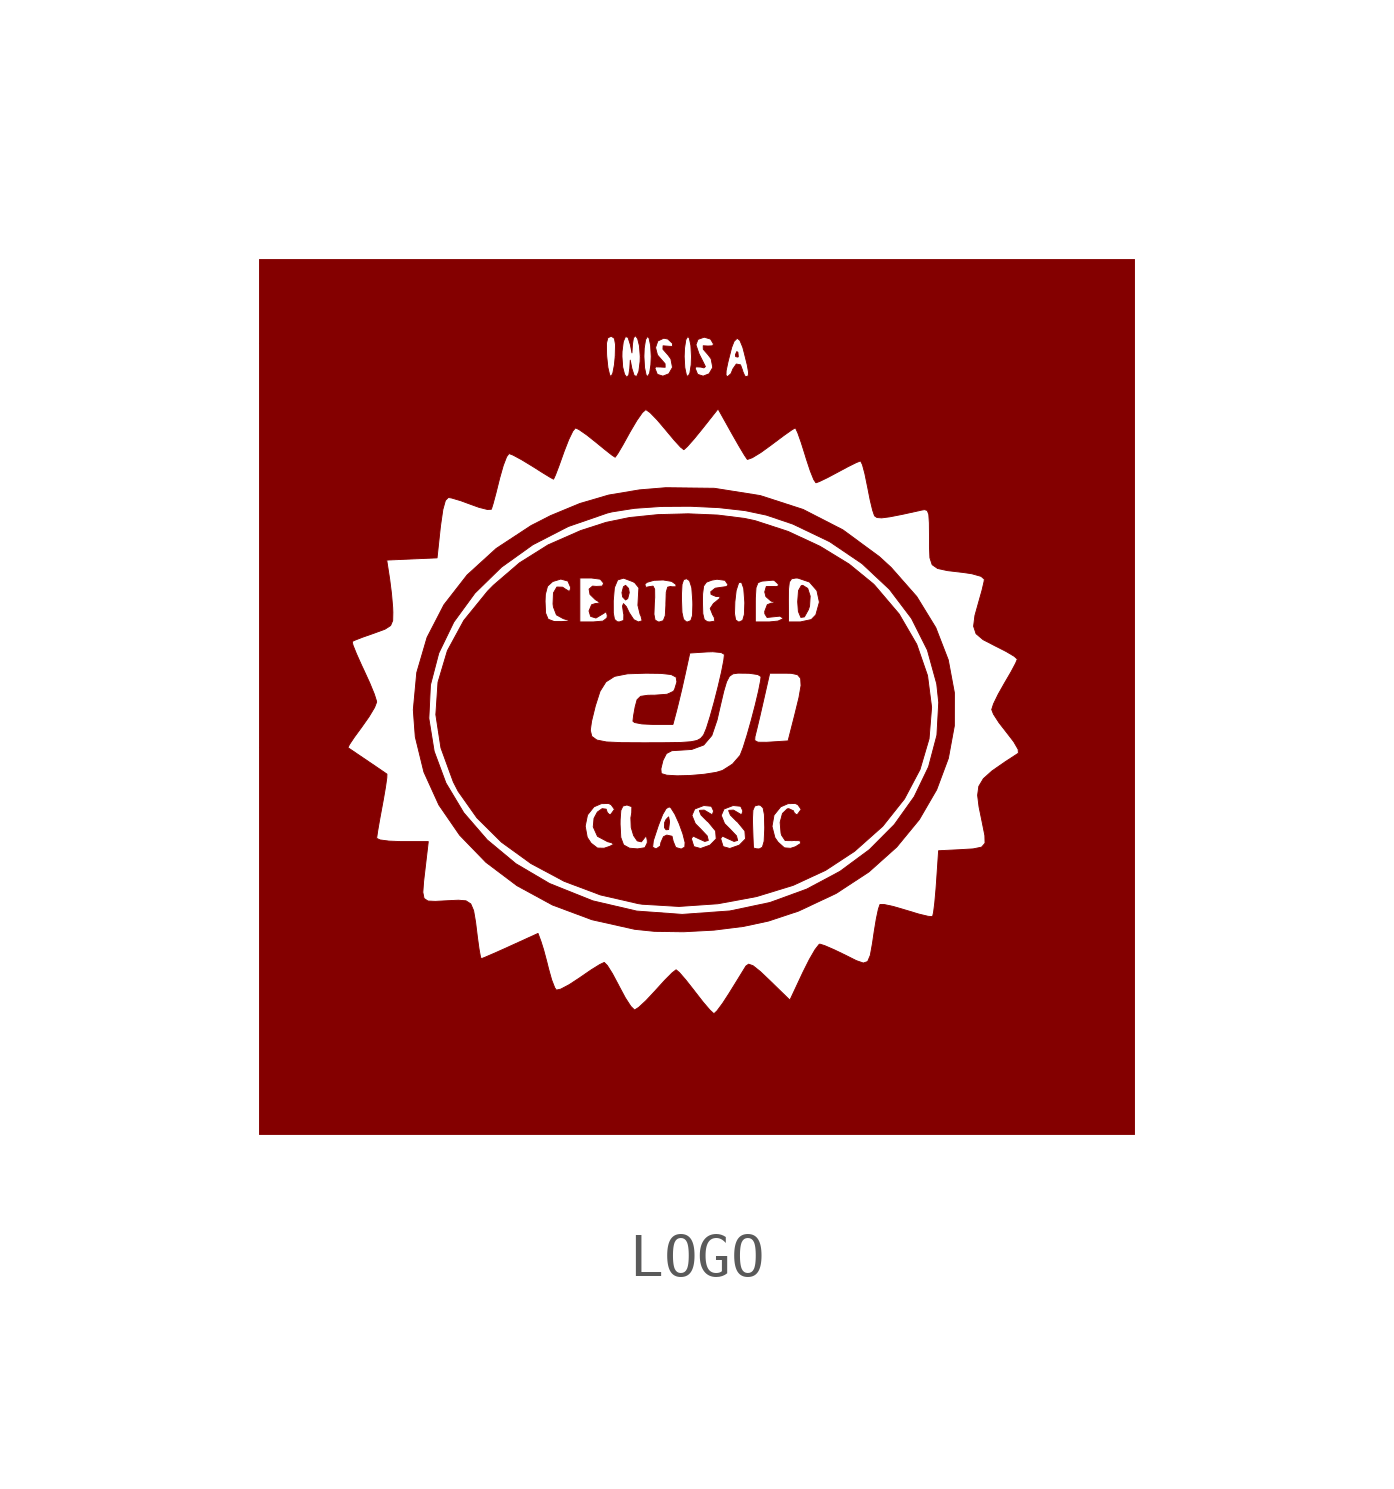
<source format=kicad_sym>
(kicad_symbol_lib
  (version 20220914)
  (generator "bitmap2component")
  (generator_version "8.0")
  (symbol "LOGO"
    (pin_names
      (offset 1.016))
    (property "Reference" "#G"
      (at 0 9.44 0)
      (effects (font (size 1.27 1.27)) hide))
    (symbol "LOGO_0_0"
      (polyline (pts (xy 10.16 -0.042) (xy 10.16 10.075) (xy 0.042 10.075) (xy -10.075 10.075) (xy -10.075 8.135) (xy -2.052 8.135) (xy -2.02 8.263) (xy -1.947 8.298) (xy -1.934 8.297) (xy -1.867 8.251) (xy -1.842 8.108) (xy -1.849 7.832) (xy -1.849 7.832) (xy -1.693 7.832) (xy -1.691 7.947) (xy -1.662 8.176) (xy -1.612 8.292) (xy -1.553 8.275) (xy -1.499 8.107) (xy -1.462 7.916) (xy -1.451 8.107) (xy -1.428 8.259) (xy -1.382 8.314) (xy -1.33 8.245) (xy -1.288 8.076) (xy -1.27 7.832) (xy -1.185 7.832) (xy -1.178 8.023) (xy -1.147 8.221) (xy -1.101 8.297) (xy -1.066 8.256) (xy -1.03 8.087) (xy -1.016 7.832) (xy -1.024 7.64) (xy -1.036 7.559) (xy -0.931 7.559) (xy -0.913 7.592) (xy -0.804 7.589) (xy -0.803 7.589) (xy -0.694 7.583) (xy -0.696 7.664) (xy -0.808 7.793) (xy -0.872 7.867) (xy -0.916 8.038) (xy -0.864 8.19) (xy -0.727 8.255) (xy -0.632 8.236) (xy -0.525 8.136) (xy -0.522 8.064) (xy -0.624 8.069) (xy -0.625 8.07) (xy -0.742 8.079) (xy -0.745 8) (xy -0.631 7.871) (xy -0.602 7.832) (xy -0.254 7.832) (xy -0.246 8.023) (xy -0.216 8.221) (xy -0.169 8.297) (xy -0.135 8.256) (xy -0.099 8.087) (xy -0.085 7.832) (xy -0.092 7.64) (xy -0.105 7.559) (xy 0 7.559) (xy 0.021 7.593) (xy 0.134 7.587) (xy 0.202 7.569) (xy 0.237 7.599) (xy 0.181 7.712) (xy 0.088 7.897) (xy 0.086 7.902) (xy 0.018 8.102) (xy 0.064 8.226) (xy 0.068 8.229) (xy 0.209 8.279) (xy 0.356 8.235) (xy 0.423 8.122) (xy 0.405 8.079) (xy 0.296 8.074) (xy 0.295 8.074) (xy 0.186 8.08) (xy 0.188 7.999) (xy 0.3 7.871) (xy 0.369 7.779) (xy 0.406 7.586) (xy 0.405 7.575) (xy 0.322 7.432) (xy 0.235 7.398) (xy 0.713 7.398) (xy 0.716 7.501) (xy 0.759 7.706) (xy 0.845 8.043) (xy 0.9 8.183) (xy 0.974 8.255) (xy 1.036 8.202) (xy 1.102 8.043) (xy 1.132 7.928) (xy 1.205 7.636) (xy 1.235 7.465) (xy 1.228 7.386) (xy 1.187 7.366) (xy 1.149 7.379) (xy 1.101 7.488) (xy 1.1 7.502) (xy 1.049 7.639) (xy 0.952 7.658) (xy 0.873 7.544) (xy 0.83 7.437) (xy 0.75 7.366) (xy 0.744 7.366) (xy 0.713 7.398) (xy 0.235 7.398) (xy 0.185 7.378) (xy 0.057 7.419) (xy 0 7.559) (xy -0.105 7.559) (xy -0.123 7.443) (xy -0.169 7.366) (xy -0.204 7.407) (xy -0.24 7.577) (xy -0.254 7.832) (xy -0.602 7.832) (xy -0.562 7.779) (xy -0.525 7.586) (xy -0.527 7.575) (xy -0.609 7.432) (xy -0.746 7.378) (xy -0.875 7.419) (xy -0.931 7.559) (xy -1.036 7.559) (xy -1.054 7.443) (xy -1.101 7.366) (xy -1.135 7.407) (xy -1.171 7.577) (xy -1.185 7.832) (xy -1.27 7.832) (xy -1.273 7.717) (xy -1.302 7.487) (xy -1.351 7.372) (xy -1.41 7.389) (xy -1.464 7.556) (xy -1.501 7.747) (xy -1.512 7.556) (xy -1.535 7.404) (xy -1.581 7.35) (xy -1.633 7.419) (xy -1.676 7.587) (xy -1.693 7.832) (xy -1.849 7.832) (xy -1.867 7.64) (xy -1.905 7.443) (xy -1.947 7.366) (xy -1.978 7.407) (xy -2.018 7.577) (xy -2.045 7.832) (xy -2.048 7.88) (xy -2.052 8.135) (xy -10.075 8.135) (xy -10.075 -0.042) (xy -10.075 -1.214) (xy -8.03 -1.214) (xy -7.995 -1.141) (xy -7.881 -0.971) (xy -7.712 -0.74) (xy -7.541 -0.497) (xy -7.414 -0.285) (xy -7.366 -0.159) (xy -7.369 -0.138) (xy -7.42 0.024) (xy -7.525 0.28) (xy -7.665 0.586) (xy -7.71 0.681) (xy -7.833 0.956) (xy -7.913 1.155) (xy -7.932 1.24) (xy -7.876 1.268) (xy -7.697 1.338) (xy -7.443 1.427) (xy -7.42 1.435) (xy -7.171 1.527) (xy -7.043 1.61) (xy -6.995 1.725) (xy -6.991 1.914) (xy -6.995 2.026) (xy -7.023 2.352) (xy -7.065 2.684) (xy -7.133 3.124) (xy -6.551 3.15) (xy -5.969 3.175) (xy -5.894 3.873) (xy -5.888 3.924) (xy -5.835 4.292) (xy -5.776 4.504) (xy -5.707 4.572) (xy -5.635 4.56) (xy -5.431 4.5) (xy -5.171 4.405) (xy -5.001 4.344) (xy -4.804 4.294) (xy -4.714 4.299) (xy -4.711 4.305) (xy -4.672 4.431) (xy -4.608 4.669) (xy -4.532 4.974) (xy -4.519 5.026) (xy -4.438 5.311) (xy -4.361 5.512) (xy -4.305 5.588) (xy -4.21 5.551) (xy -4.012 5.444) (xy -3.762 5.292) (xy -3.533 5.147) (xy -3.353 5.037) (xy -3.276 4.995) (xy -3.274 4.997) (xy -3.23 5.093) (xy -3.15 5.303) (xy -3.048 5.588) (xy -3.032 5.634) (xy -2.924 5.911) (xy -2.829 6.107) (xy -2.767 6.181) (xy -2.686 6.142) (xy -2.51 6.02) (xy -2.286 5.842) (xy -2.093 5.684) (xy -1.927 5.553) (xy -1.851 5.503) (xy -1.848 5.505) (xy -1.786 5.593) (xy -1.671 5.788) (xy -1.524 6.054) (xy -1.503 6.092) (xy -1.35 6.351) (xy -1.221 6.535) (xy -1.142 6.604) (xy -1.14 6.604) (xy -1.044 6.536) (xy -0.881 6.369) (xy -0.685 6.138) (xy -0.672 6.122) (xy -0.483 5.896) (xy -0.337 5.736) (xy -0.263 5.677) (xy -0.26 5.678) (xy -0.181 5.75) (xy -0.031 5.919) (xy 0.159 6.152) (xy 0.53 6.621) (xy 0.84 6.066) (xy 0.863 6.025) (xy 1.017 5.756) (xy 1.139 5.552) (xy 1.204 5.456) (xy 1.212 5.452) (xy 1.321 5.491) (xy 1.518 5.611) (xy 1.766 5.791) (xy 1.812 5.826) (xy 2.053 6.006) (xy 2.233 6.133) (xy 2.315 6.181) (xy 2.322 6.176) (xy 2.373 6.067) (xy 2.452 5.844) (xy 2.546 5.546) (xy 2.569 5.469) (xy 2.663 5.185) (xy 2.743 4.986) (xy 2.793 4.911) (xy 2.871 4.939) (xy 3.06 5.03) (xy 3.31 5.163) (xy 3.526 5.279) (xy 3.725 5.378) (xy 3.824 5.417) (xy 3.826 5.417) (xy 3.869 5.33) (xy 3.925 5.121) (xy 3.984 4.832) (xy 3.986 4.824) (xy 4.046 4.519) (xy 4.104 4.277) (xy 4.147 4.151) (xy 4.152 4.144) (xy 4.205 4.108) (xy 4.312 4.1) (xy 4.499 4.124) (xy 4.795 4.182) (xy 5.228 4.278) (xy 5.303 4.291) (xy 5.368 4.271) (xy 5.403 4.179) (xy 5.416 3.982) (xy 5.419 3.648) (xy 5.418 3.44) (xy 5.429 3.176) (xy 5.481 3.017) (xy 5.607 2.929) (xy 5.836 2.88) (xy 6.202 2.837) (xy 6.398 2.808) (xy 6.61 2.748) (xy 6.688 2.682) (xy 6.68 2.622) (xy 6.634 2.425) (xy 6.561 2.167) (xy 6.47 1.842) (xy 6.439 1.593) (xy 6.496 1.421) (xy 6.659 1.283) (xy 6.943 1.136) (xy 7.195 1.008) (xy 7.38 0.898) (xy 7.451 0.833) (xy 7.41 0.735) (xy 7.304 0.536) (xy 7.154 0.279) (xy 7.009 0.022) (xy 6.9 -0.202) (xy 6.858 -0.333) (xy 6.899 -0.439) (xy 7.026 -0.636) (xy 7.209 -0.871) (xy 7.367 -1.076) (xy 7.47 -1.254) (xy 7.475 -1.342) (xy 7.176 -1.536) (xy 6.864 -1.753) (xy 6.665 -1.932) (xy 6.56 -2.108) (xy 6.532 -2.314) (xy 6.565 -2.583) (xy 6.64 -2.948) (xy 6.641 -2.953) (xy 6.7 -3.247) (xy 6.704 -3.423) (xy 6.623 -3.515) (xy 6.43 -3.555) (xy 6.096 -3.575) (xy 5.63 -3.598) (xy 5.58 -4.34) (xy 5.569 -4.489) (xy 5.541 -4.801) (xy 5.513 -5.025) (xy 5.49 -5.121) (xy 5.489 -5.122) (xy 5.387 -5.114) (xy 5.171 -5.062) (xy 4.887 -4.976) (xy 4.869 -4.971) (xy 4.586 -4.888) (xy 4.373 -4.842) (xy 4.274 -4.842) (xy 4.273 -4.843) (xy 4.237 -4.949) (xy 4.189 -5.175) (xy 4.14 -5.472) (xy 4.101 -5.737) (xy 4.051 -6.015) (xy 3.989 -6.161) (xy 3.889 -6.195) (xy 3.727 -6.139) (xy 3.476 -6.013) (xy 3.214 -5.887) (xy 2.997 -5.793) (xy 2.883 -5.757) (xy 2.864 -5.767) (xy 2.772 -5.886) (xy 2.642 -6.11) (xy 2.494 -6.405) (xy 2.191 -7.053) (xy 1.722 -6.596) (xy 1.506 -6.391) (xy 1.338 -6.257) (xy 1.236 -6.221) (xy 1.174 -6.265) (xy 1.099 -6.387) (xy 0.961 -6.611) (xy 0.795 -6.879) (xy 0.795 -6.88) (xy 0.636 -7.125) (xy 0.507 -7.299) (xy 0.436 -7.366) (xy 0.43 -7.364) (xy 0.342 -7.283) (xy 0.188 -7.104) (xy -0.002 -6.86) (xy -0.033 -6.819) (xy -0.219 -6.583) (xy -0.364 -6.416) (xy -0.439 -6.352) (xy -0.444 -6.353) (xy -0.535 -6.424) (xy -0.699 -6.589) (xy -0.905 -6.815) (xy -0.928 -6.841) (xy -1.136 -7.063) (xy -1.305 -7.22) (xy -1.4 -7.28) (xy -1.405 -7.279) (xy -1.489 -7.195) (xy -1.615 -7) (xy -1.759 -6.731) (xy -1.775 -6.699) (xy -1.915 -6.437) (xy -2.032 -6.251) (xy -2.102 -6.181) (xy -2.103 -6.181) (xy -2.207 -6.23) (xy -2.405 -6.353) (xy -2.654 -6.524) (xy -2.666 -6.533) (xy -2.913 -6.695) (xy -3.108 -6.798) (xy -3.209 -6.821) (xy -3.247 -6.768) (xy -3.318 -6.586) (xy -3.39 -6.329) (xy -3.431 -6.164) (xy -3.505 -5.887) (xy -3.565 -5.697) (xy -3.634 -5.51) (xy -4.277 -5.803) (xy -4.384 -5.852) (xy -4.663 -5.976) (xy -4.864 -6.063) (xy -4.948 -6.096) (xy -4.966 -6.047) (xy -4.998 -5.87) (xy -5.034 -5.609) (xy -5.078 -5.249) (xy -5.124 -4.981) (xy -5.19 -4.827) (xy -5.3 -4.756) (xy -5.478 -4.742) (xy -5.747 -4.755) (xy -6.011 -4.769) (xy -6.18 -4.761) (xy -6.27 -4.701) (xy -6.298 -4.559) (xy -6.28 -4.308) (xy -6.234 -3.916) (xy -6.172 -3.387) (xy -6.769 -3.387) (xy -6.796 -3.387) (xy -7.084 -3.375) (xy -7.288 -3.348) (xy -7.366 -3.311) (xy -7.364 -3.291) (xy -7.341 -3.134) (xy -7.295 -2.869) (xy -7.234 -2.54) (xy -7.212 -2.421) (xy -7.161 -2.123) (xy -7.131 -1.911) (xy -7.128 -1.826) (xy -7.193 -1.781) (xy -7.36 -1.667) (xy -7.574 -1.522) (xy -7.788 -1.377) (xy -7.955 -1.264) (xy -8.03 -1.214) (xy -8.03 -1.214) (xy -10.075 -1.214) (xy -10.075 -10.16) (xy 0.042 -10.16) (xy 10.16 -10.16) (xy 10.16 -0.042)) (stroke (width 0.01) (type default)) (fill (type outline)))
      (polyline (pts (xy 0.434 -5.434) (xy 1.113 -5.349) (xy 1.699 -5.223) (xy 2.392 -4.993) (xy 3.26 -4.585) (xy 4.018 -4.088) (xy 4.661 -3.513) (xy 5.185 -2.875) (xy 5.585 -2.186) (xy 5.856 -1.459) (xy 5.994 -0.708) (xy 5.995 0.055) (xy 5.853 0.816) (xy 5.565 1.561) (xy 5.125 2.279) (xy 4.53 2.955) (xy 4.258 3.204) (xy 3.416 3.823) (xy 2.496 4.295) (xy 1.504 4.616) (xy 0.444 4.784) (xy -0.677 4.798) (xy -1.29 4.747) (xy -2 4.628) (xy -2.663 4.434) (xy -3.344 4.152) (xy -3.794 3.922) (xy -4.6 3.393) (xy -5.274 2.779) (xy -5.81 2.09) (xy -6.2 1.335) (xy -6.438 0.523) (xy -6.518 -0.337) (xy -6.504 -0.538) (xy -6.159 -0.538) (xy -6.122 0.236) (xy -5.93 0.971) (xy -5.581 1.692) (xy -5.093 2.36) (xy -4.479 2.96) (xy -3.755 3.478) (xy -2.935 3.9) (xy -2.032 4.212) (xy -1.922 4.239) (xy -1.402 4.321) (xy -0.783 4.364) (xy -0.117 4.369) (xy 0.545 4.337) (xy 1.15 4.269) (xy 1.646 4.164) (xy 2.263 3.955) (xy 3.112 3.548) (xy 3.86 3.041) (xy 4.495 2.446) (xy 5.003 1.775) (xy 5.371 1.042) (xy 5.587 0.26) (xy 5.633 -0.169) (xy 5.591 -0.925) (xy 5.398 -1.656) (xy 5.065 -2.349) (xy 4.606 -2.992) (xy 4.03 -3.571) (xy 3.351 -4.073) (xy 2.58 -4.485) (xy 1.729 -4.795) (xy 0.809 -4.989) (xy 0.806 -4.99) (xy -0.3 -5.07) (xy -1.354 -4.993) (xy -2.369 -4.756) (xy -3.362 -4.358) (xy -3.373 -4.353) (xy -4.147 -3.897) (xy -4.809 -3.347) (xy -5.351 -2.72) (xy -5.764 -2.032) (xy -6.036 -1.299) (xy -6.159 -0.538) (xy -6.504 -0.538) (xy -6.472 -0.966) (xy -6.273 -1.778) (xy -5.927 -2.539) (xy -5.446 -3.238) (xy -4.84 -3.864) (xy -4.121 -4.406) (xy -3.3 -4.853) (xy -2.388 -5.193) (xy -1.397 -5.415) (xy -0.94 -5.462) (xy -0.273 -5.472) (xy 0.434 -5.434)) (stroke (width 0.01) (type default)) (fill (type outline)))
      (polyline (pts (xy 0.998 7.83) (xy 0.988 7.931) (xy 0.962 7.944) (xy 0.931 7.874) (xy 0.937 7.829) (xy 0.988 7.818) (xy 0.998 7.83)) (stroke (width 0.01) (type default)) (fill (type outline)))
      (polyline (pts (xy 0.525 -4.824) (xy 1.423 -4.657) (xy 2.272 -4.396) (xy 3.02 -4.049) (xy 3.688 -3.61) (xy 4.337 -3.033) (xy 4.841 -2.398) (xy 5.2 -1.719) (xy 5.409 -1.009) (xy 5.468 -0.281) (xy 5.374 0.452) (xy 5.124 1.176) (xy 4.716 1.878) (xy 4.149 2.545) (xy 4.113 2.58) (xy 3.558 3.033) (xy 2.887 3.443) (xy 2.15 3.786) (xy 1.397 4.032) (xy 1.139 4.088) (xy 0.523 4.165) (xy -0.163 4.194) (xy -0.862 4.175) (xy -1.514 4.109) (xy -2.061 3.996) (xy -2.644 3.808) (xy -3.4 3.476) (xy -4.061 3.061) (xy -4.667 2.54) (xy -4.799 2.406) (xy -4.99 2.17) (xy -3.471 2.17) (xy -3.465 2.328) (xy -3.415 2.519) (xy -3.295 2.628) (xy -3.107 2.685) (xy -2.943 2.639) (xy -2.879 2.49) (xy -2.879 2.469) (xy -2.907 2.396) (xy -3.009 2.458) (xy -3.066 2.497) (xy -3.198 2.501) (xy -3.277 2.365) (xy -3.287 2.11) (xy -3.278 2.04) (xy -3.208 1.857) (xy -3.048 1.769) (xy -2.919 1.73) (xy -2.928 1.711) (xy -3.097 1.702) (xy -3.264 1.704) (xy -3.4 1.756) (xy -3.459 1.898) (xy -3.471 2.17) (xy -4.99 2.17) (xy -5.347 1.731) (xy -5.368 1.694) (xy -2.667 1.694) (xy -2.667 2.202) (xy -2.667 2.709) (xy -2.392 2.709) (xy -2.194 2.682) (xy -2.117 2.59) (xy -2.145 2.522) (xy -2.286 2.515) (xy -2.373 2.522) (xy -2.453 2.453) (xy -2.432 2.33) (xy -2.307 2.208) (xy -2.26 2.18) (xy -1.894 2.18) (xy -1.868 2.486) (xy -1.793 2.665) (xy -1.655 2.706) (xy -1.438 2.624) (xy -1.397 2.6) (xy -1.365 2.561) (xy -1.164 2.561) (xy -1.119 2.608) (xy -0.954 2.656) (xy -0.739 2.664) (xy -0.545 2.632) (xy -0.445 2.561) (xy -0.444 2.505) (xy -0.543 2.507) (xy -0.567 2.514) (xy -0.636 2.498) (xy -0.669 2.38) (xy -0.671 2.321) (xy -0.317 2.321) (xy -0.304 2.561) (xy -0.266 2.674) (xy -0.195 2.693) (xy -0.13 2.646) (xy -0.078 2.484) (xy -0.056 2.18) (xy -0.055 2.15) (xy 0.169 2.15) (xy 0.172 2.34) (xy 0.195 2.522) (xy 0.26 2.613) (xy 0.385 2.66) (xy 0.505 2.681) (xy 0.691 2.656) (xy 0.762 2.55) (xy 0.724 2.511) (xy 0.58 2.491) (xy 0.465 2.474) (xy 0.361 2.392) (xy 0.367 2.331) (xy 0.48 2.283) (xy 0.557 2.279) (xy 0.58 2.248) (xy 0.468 2.154) (xy 0.423 2.119) (xy 0.348 2.005) (xy 0.396 1.885) (xy 0.91 1.885) (xy 0.918 2.159) (xy 0.948 2.42) (xy 1.006 2.599) (xy 1.071 2.615) (xy 1.123 2.469) (xy 1.147 2.159) (xy 1.391 2.159) (xy 1.392 2.253) (xy 1.407 2.486) (xy 1.453 2.601) (xy 1.542 2.637) (xy 1.624 2.644) (xy 1.792 2.659) (xy 1.827 2.656) (xy 1.924 2.568) (xy 1.913 2.512) (xy 1.783 2.514) (xy 1.782 2.514) (xy 1.645 2.513) (xy 1.609 2.387) (xy 1.636 2.28) (xy 1.726 2.201) (xy 2.156 2.201) (xy 2.158 2.44) (xy 2.178 2.615) (xy 2.23 2.692) (xy 2.328 2.709) (xy 2.375 2.708) (xy 2.643 2.617) (xy 2.816 2.418) (xy 2.873 2.152) (xy 2.791 1.857) (xy 2.685 1.748) (xy 2.431 1.693) (xy 2.159 1.694) (xy 2.156 2.201) (xy 1.726 2.201) (xy 1.757 2.175) (xy 1.801 2.163) (xy 1.861 2.138) (xy 1.757 2.127) (xy 1.668 2.092) (xy 1.609 1.938) (xy 1.611 1.882) (xy 1.663 1.797) (xy 1.82 1.813) (xy 1.962 1.828) (xy 2.032 1.78) (xy 2.026 1.764) (xy 1.917 1.714) (xy 1.712 1.693) (xy 1.391 1.693) (xy 1.391 2.159) (xy 1.147 2.159) (xy 1.147 2.159) (xy 1.148 2.129) (xy 1.138 1.864) (xy 1.099 1.73) (xy 1.02 1.693) (xy 1 1.694) (xy 0.935 1.742) (xy 0.91 1.885) (xy 0.396 1.885) (xy 0.405 1.861) (xy 0.44 1.801) (xy 0.455 1.712) (xy 0.339 1.693) (xy 0.283 1.698) (xy 0.21 1.747) (xy 0.177 1.884) (xy 0.169 2.15) (xy -0.055 2.15) (xy -0.054 2.086) (xy -0.061 1.844) (xy -0.1 1.725) (xy -0.177 1.693) (xy -0.205 1.696) (xy -0.27 1.754) (xy -0.305 1.913) (xy -0.316 2.206) (xy -0.317 2.321) (xy -0.671 2.321) (xy -0.677 2.126) (xy -0.677 2.078) (xy -0.691 1.838) (xy -0.736 1.723) (xy -0.826 1.693) (xy -0.857 1.695) (xy -0.928 1.738) (xy -0.953 1.87) (xy -0.944 2.129) (xy -0.935 2.261) (xy -0.937 2.451) (xy -0.974 2.522) (xy -1.056 2.51) (xy -1.142 2.493) (xy -1.164 2.561) (xy -1.365 2.561) (xy -1.301 2.482) (xy -1.313 2.285) (xy -1.324 2.079) (xy -1.273 1.868) (xy -1.254 1.832) (xy -1.226 1.721) (xy -1.312 1.693) (xy -1.42 1.747) (xy -1.524 1.905) (xy -1.592 2.047) (xy -1.658 2.117) (xy -1.68 2.062) (xy -1.659 1.905) (xy -1.649 1.864) (xy -1.652 1.729) (xy -1.755 1.693) (xy -1.802 1.698) (xy -1.866 1.754) (xy -1.893 1.901) (xy -1.894 2.18) (xy -2.26 2.18) (xy -2.249 2.174) (xy -2.204 2.129) (xy -2.307 2.119) (xy -2.395 2.091) (xy -2.455 1.947) (xy -2.417 1.822) (xy -2.295 1.784) (xy -2.134 1.88) (xy -2.055 1.931) (xy -2.032 1.837) (xy -2.041 1.783) (xy -2.131 1.713) (xy -2.349 1.694) (xy -2.667 1.694) (xy -5.368 1.694) (xy -5.73 1.028) (xy -5.947 0.299) (xy -5.997 -0.451) (xy -5.942 -0.812) (xy -2.425 -0.812) (xy -2.396 -0.603) (xy -2.324 -0.31) (xy -2.309 -0.248) (xy -2.201 0.088) (xy -2.064 0.307) (xy -1.864 0.435) (xy -1.565 0.494) (xy -1.134 0.508) (xy -0.79 0.503) (xy -0.554 0.477) (xy -0.44 0.417) (xy -0.422 0.307) (xy -0.475 0.134) (xy -0.503 0.088) (xy -0.649 0.021) (xy -0.93 0) (xy -1.091 -0.002) (xy -1.261 -0.027) (xy -1.343 -0.105) (xy -1.386 -0.265) (xy -1.387 -0.267) (xy -1.424 -0.474) (xy -1.439 -0.603) (xy -1.399 -0.633) (xy -1.231 -0.665) (xy -0.977 -0.677) (xy -0.514 -0.677) (xy -0.43 -0.36) (xy -0.389 -0.196) (xy -0.311 0.128) (xy -0.235 0.466) (xy -0.124 0.974) (xy 0.277 1) (xy 0.408 1.004) (xy 0.602 0.986) (xy 0.677 0.942) (xy 0.662 0.807) (xy 0.61 0.539) (xy 0.531 0.201) (xy 0.439 -0.16) (xy 0.345 -0.497) (xy 0.262 -0.763) (xy 0.201 -0.91) (xy 0.185 -0.935) (xy 0.127 -1.002) (xy 0.043 -1.048) (xy -0.097 -1.077) (xy -0.322 -1.093) (xy -0.658 -1.099) (xy -1.136 -1.101) (xy -1.214 -1.101) (xy -1.706 -1.098) (xy -2.053 -1.082) (xy -2.274 -1.038) (xy -2.391 -0.953) (xy -2.425 -0.812) (xy -5.942 -0.812) (xy -5.879 -1.22) (xy -5.703 -1.704) (xy -0.793 -1.704) (xy -0.747 -1.517) (xy -0.741 -1.5) (xy -0.664 -1.35) (xy -0.539 -1.284) (xy -0.307 -1.27) (xy -0.079 -1.255) (xy 0.199 -1.152) (xy 0.385 -0.933) (xy 0.507 -0.573) (xy 0.581 -0.249) (xy 0.661 0.091) (xy 0.726 0.31) (xy 0.792 0.436) (xy 0.874 0.493) (xy 0.987 0.509) (xy 1.146 0.508) (xy 1.257 0.505) (xy 1.448 0.477) (xy 1.524 0.43) (xy 1.514 0.34) (xy 1.466 0.097) (xy 1.389 -0.229) (xy 1.295 -0.588) (xy 1.198 -0.931) (xy 1.161 -1.048) (xy 1.377 -1.048) (xy 1.383 -0.957) (xy 1.388 -0.94) (xy 1.432 -0.761) (xy 1.499 -0.48) (xy 1.575 -0.148) (xy 1.724 0.508) (xy 2.09 0.508) (xy 2.224 0.505) (xy 2.367 0.474) (xy 2.44 0.389) (xy 2.449 0.222) (xy 2.401 -0.054) (xy 2.3 -0.466) (xy 2.149 -1.058) (xy 1.745 -1.084) (xy 1.645 -1.09) (xy 1.452 -1.088) (xy 1.377 -1.048) (xy 1.161 -1.048) (xy 1.11 -1.212) (xy 1.045 -1.38) (xy 1.038 -1.394) (xy 0.865 -1.593) (xy 0.632 -1.742) (xy 0.477 -1.787) (xy 0.203 -1.83) (xy -0.112 -1.857) (xy -0.416 -1.865) (xy -0.657 -1.851) (xy -0.783 -1.813) (xy -0.784 -1.812) (xy -0.793 -1.704) (xy -5.703 -1.704) (xy -5.593 -2.005) (xy -5.481 -2.223) (xy -5.047 -2.837) (xy -4.853 -3.029) (xy -2.543 -3.029) (xy -2.49 -2.77) (xy -2.34 -2.582) (xy -2.171 -2.509) (xy -2.002 -2.505) (xy -1.943 -2.533) (xy -1.866 -2.64) (xy -1.947 -2.752) (xy -1.98 -2.765) (xy -2.032 -2.714) (xy -2.058 -2.636) (xy -2.151 -2.625) (xy -2.262 -2.704) (xy -2.339 -2.849) (xy -2.351 -2.984) (xy -1.736 -2.984) (xy -1.735 -2.883) (xy -1.719 -2.666) (xy -1.671 -2.565) (xy -1.578 -2.54) (xy -1.577 -2.54) (xy -1.464 -2.579) (xy -1.467 -2.722) (xy -1.487 -2.837) (xy -1.479 -3.059) (xy -1.423 -3.247) (xy -1.339 -3.37) (xy -1.244 -3.392) (xy -1.157 -3.281) (xy -1.127 -3.259) (xy -1.107 -3.365) (xy -1.108 -3.418) (xy -1.156 -3.516) (xy -0.984 -3.516) (xy -0.967 -3.365) (xy -0.851 -3.013) (xy -0.751 -2.758) (xy -0.671 -2.622) (xy -0.6 -2.582) (xy -0.559 -2.609) (xy -0.469 -2.752) (xy -0.37 -2.97) (xy -0.284 -3.207) (xy -0.253 -3.329) (xy -0.085 -3.329) (xy -0.084 -3.31) (xy -0.046 -3.259) (xy 0.081 -3.319) (xy 0.223 -3.383) (xy 0.304 -3.359) (xy 0.278 -3.255) (xy 0.135 -3.104) (xy 0.002 -2.97) (xy -0.075 -2.781) (xy -0.011 -2.633) (xy 0.191 -2.555) (xy 0.211 -2.553) (xy 0.376 -2.569) (xy 0.423 -2.672) (xy 0.423 -2.691) (xy 0.396 -2.768) (xy 0.294 -2.708) (xy 0.209 -2.658) (xy 0.104 -2.663) (xy 0.097 -2.673) (xy 0.137 -2.773) (xy 0.275 -2.911) (xy 0.304 -2.934) (xy 0.473 -3.14) (xy 0.487 -3.324) (xy 0.481 -3.329) (xy 0.593 -3.329) (xy 0.593 -3.31) (xy 0.631 -3.259) (xy 0.758 -3.319) (xy 0.9 -3.383) (xy 0.982 -3.359) (xy 0.956 -3.255) (xy 0.813 -3.104) (xy 0.679 -2.97) (xy 0.603 -2.781) (xy 0.667 -2.633) (xy 0.869 -2.555) (xy 0.889 -2.553) (xy 1.053 -2.569) (xy 1.101 -2.672) (xy 1.1 -2.691) (xy 1.073 -2.768) (xy 0.972 -2.708) (xy 0.886 -2.658) (xy 0.781 -2.663) (xy 0.775 -2.673) (xy 0.815 -2.773) (xy 0.916 -2.874) (xy 1.325 -2.874) (xy 1.335 -2.663) (xy 1.377 -2.564) (xy 1.46 -2.54) (xy 1.509 -2.546) (xy 1.571 -2.606) (xy 1.601 -2.761) (xy 1.608 -3.034) (xy 1.777 -3.034) (xy 1.823 -2.774) (xy 1.978 -2.582) (xy 2.147 -2.509) (xy 2.316 -2.505) (xy 2.375 -2.533) (xy 2.452 -2.64) (xy 2.371 -2.752) (xy 2.338 -2.765) (xy 2.286 -2.714) (xy 2.274 -2.675) (xy 2.165 -2.625) (xy 2.13 -2.63) (xy 2.019 -2.736) (xy 1.965 -2.941) (xy 1.986 -3.19) (xy 1.999 -3.238) (xy 2.082 -3.362) (xy 2.248 -3.365) (xy 2.263 -3.362) (xy 2.42 -3.365) (xy 2.446 -3.425) (xy 2.321 -3.505) (xy 2.206 -3.542) (xy 2.064 -3.531) (xy 1.918 -3.401) (xy 1.844 -3.295) (xy 1.777 -3.034) (xy 1.608 -3.034) (xy 1.609 -3.048) (xy 1.608 -3.109) (xy 1.595 -3.379) (xy 1.555 -3.517) (xy 1.482 -3.556) (xy 1.424 -3.554) (xy 1.35 -3.535) (xy 1.346 -3.478) (xy 1.338 -3.293) (xy 1.329 -3.027) (xy 1.325 -2.874) (xy 0.916 -2.874) (xy 0.953 -2.911) (xy 0.981 -2.934) (xy 1.15 -3.14) (xy 1.164 -3.324) (xy 1.022 -3.468) (xy 0.802 -3.546) (xy 0.647 -3.503) (xy 0.593 -3.329) (xy 0.481 -3.329) (xy 0.344 -3.468) (xy 0.125 -3.546) (xy -0.03 -3.503) (xy -0.085 -3.329) (xy -0.253 -3.329) (xy -0.233 -3.406) (xy -0.239 -3.513) (xy -0.322 -3.559) (xy -0.45 -3.522) (xy -0.508 -3.38) (xy -0.535 -3.263) (xy -0.656 -3.236) (xy -0.733 -3.274) (xy -0.793 -3.411) (xy -0.805 -3.488) (xy -0.904 -3.556) (xy -0.984 -3.516) (xy -1.156 -3.516) (xy -1.162 -3.528) (xy -1.333 -3.555) (xy -1.519 -3.539) (xy -1.656 -3.463) (xy -1.72 -3.29) (xy -1.736 -2.984) (xy -2.351 -2.984) (xy -2.357 -3.046) (xy -2.259 -3.264) (xy -2.024 -3.389) (xy -1.936 -3.411) (xy -1.882 -3.448) (xy -1.975 -3.496) (xy -2.106 -3.54) (xy -2.26 -3.536) (xy -2.407 -3.423) (xy -2.496 -3.288) (xy -2.543 -3.029) (xy -4.853 -3.029) (xy -4.479 -3.4) (xy -3.797 -3.894) (xy -3.027 -4.306) (xy -2.191 -4.62) (xy -1.312 -4.822) (xy -1.222 -4.835) (xy -0.374 -4.886) (xy 0.525 -4.824)) (stroke (width 0.01) (type default)) (fill (type outline)))
      (polyline (pts (xy -0.614 -3.107) (xy -0.594 -2.942) (xy -0.595 -2.907) (xy -0.614 -2.815) (xy -0.673 -2.875) (xy -0.706 -2.945) (xy -0.709 -3.065) (xy -0.673 -3.113) (xy -0.614 -3.107)) (stroke (width 0.01) (type default)) (fill (type outline)))
      (polyline (pts (xy -1.56 2.233) (xy -1.524 2.371) (xy -1.54 2.469) (xy -1.609 2.54) (xy -1.658 2.508) (xy -1.693 2.371) (xy -1.677 2.272) (xy -1.609 2.201) (xy -1.56 2.233)) (stroke (width 0.01) (type default)) (fill (type outline)))
      (polyline (pts (xy 2.526 1.81) (xy 2.621 1.981) (xy 2.646 2.063) (xy 2.66 2.29) (xy 2.603 2.468) (xy 2.488 2.54) (xy 2.453 2.531) (xy 2.39 2.418) (xy 2.371 2.159) (xy 2.387 1.936) (xy 2.444 1.798) (xy 2.526 1.81)) (stroke (width 0.01) (type default)) (fill (type outline))))))
</source>
